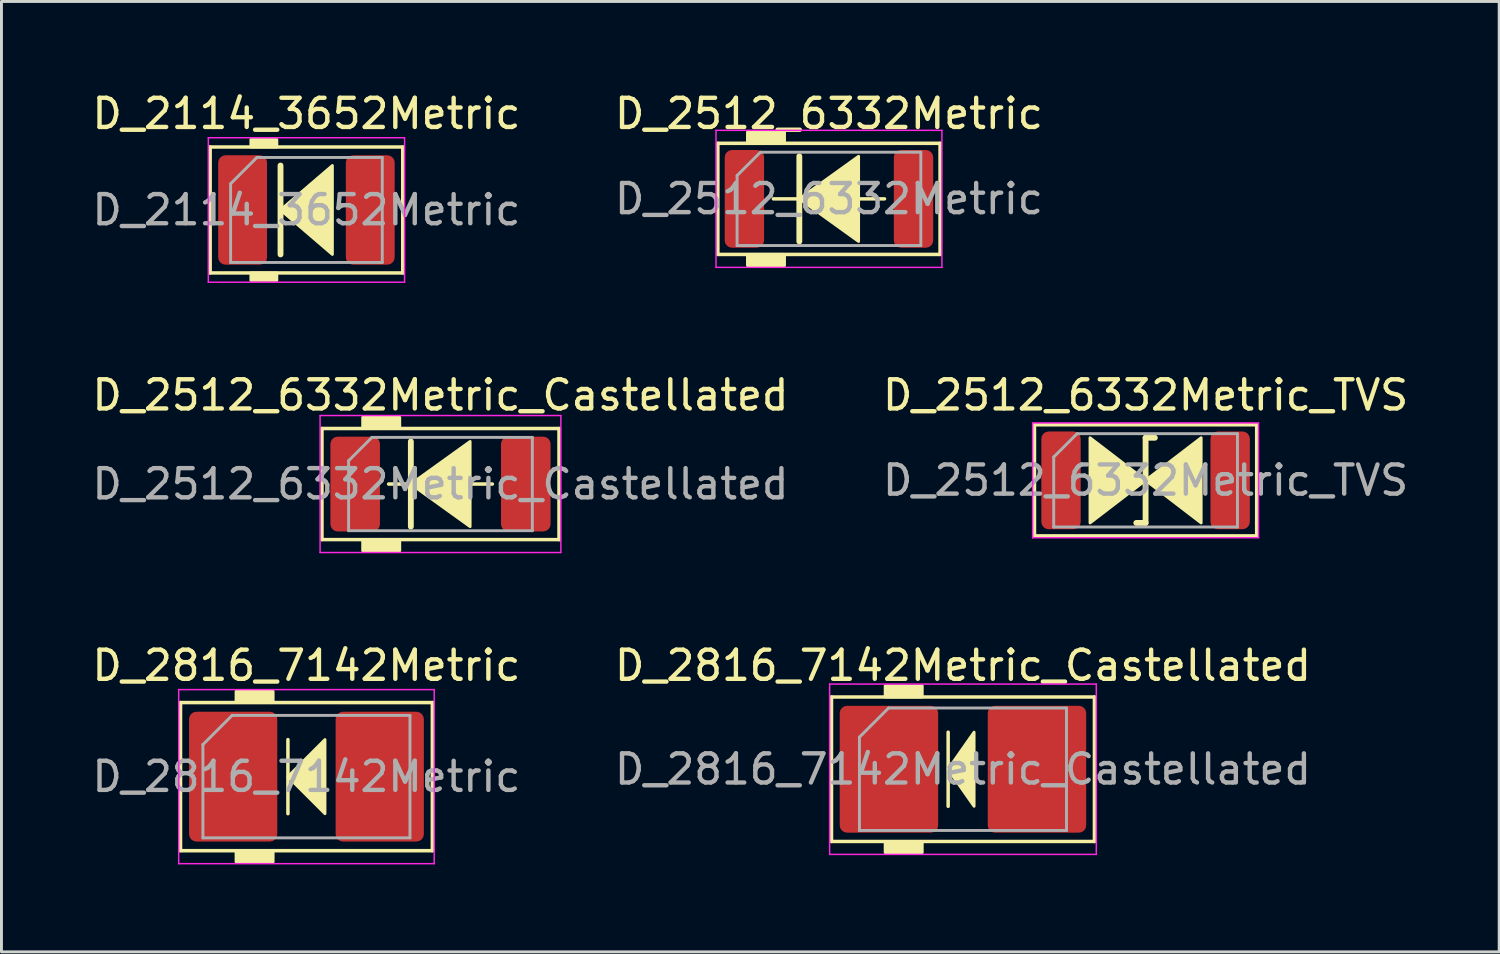
<source format=kicad_pcb>
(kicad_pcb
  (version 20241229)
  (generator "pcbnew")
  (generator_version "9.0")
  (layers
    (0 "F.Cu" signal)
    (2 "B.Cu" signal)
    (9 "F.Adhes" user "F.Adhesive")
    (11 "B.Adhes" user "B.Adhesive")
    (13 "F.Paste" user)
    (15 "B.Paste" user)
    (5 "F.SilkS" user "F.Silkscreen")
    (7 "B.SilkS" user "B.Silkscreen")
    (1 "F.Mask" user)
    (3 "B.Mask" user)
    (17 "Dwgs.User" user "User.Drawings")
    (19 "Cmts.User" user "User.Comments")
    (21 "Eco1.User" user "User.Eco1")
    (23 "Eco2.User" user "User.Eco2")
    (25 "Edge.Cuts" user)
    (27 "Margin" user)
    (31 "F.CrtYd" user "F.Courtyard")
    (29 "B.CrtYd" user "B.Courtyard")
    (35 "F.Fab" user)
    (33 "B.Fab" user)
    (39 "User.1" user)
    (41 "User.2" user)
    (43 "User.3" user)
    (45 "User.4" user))
  (footprint "D_2816_7142Metric_Castellated"
    (layer "F.Cu")
    (at 29.97 23.327)
    (property "Reference" "D_2816_7142Metric_Castellated" (at 0 -3.556 0) (layer "F.SilkS") (effects (font (size 1 1) (thickness 0.15))))
    (attr smd)
    (fp_line (start -4.508 -2.477) (end 4.508 -2.477) (stroke (width 0.12) (type solid)) (layer "F.SilkS"))
    (fp_line (start -4.508 2.477) (end -4.508 -2.477) (stroke (width 0.12) (type solid)) (layer "F.SilkS"))
    (fp_line (start -0.508 -1.27) (end -0.508 1.27) (stroke (width 0.12) (type solid)) (layer "F.SilkS"))
    (fp_line (start 4.508 -2.477) (end 4.508 2.477) (stroke (width 0.12) (type solid)) (layer "F.SilkS"))
    (fp_line (start 4.508 2.477) (end -4.508 2.477) (stroke (width 0.12) (type solid)) (layer "F.SilkS"))
    (fp_poly (pts (xy 0.381 1.27) (xy -0.508 0) (xy 0.381 -1.27)) (stroke (width 0.1) (type solid)) (fill yes) (layer "F.SilkS"))
    (fp_poly (pts (xy -1.397 -2.477) (xy -2.667 -2.477) (xy -2.667 -2.857) (xy -1.397 -2.857)) (stroke (width 0.1) (type solid)) (fill yes) (layer "F.SilkS"))
    (fp_poly (pts (xy -1.397 2.857) (xy -2.667 2.857) (xy -2.667 2.477) (xy -1.397 2.477)) (stroke (width 0.1) (type solid)) (fill yes) (layer "F.SilkS"))
    (fp_line (start -4.572 -2.921) (end 4.572 -2.921) (stroke (width 0.05) (type solid)) (layer "F.CrtYd"))
    (fp_line (start -4.572 2.921) (end -4.572 -2.921) (stroke (width 0.05) (type solid)) (layer "F.CrtYd"))
    (fp_line (start 4.572 -2.921) (end 4.572 2.921) (stroke (width 0.05) (type solid)) (layer "F.CrtYd"))
    (fp_line (start 4.572 2.921) (end -4.572 2.921) (stroke (width 0.05) (type solid)) (layer "F.CrtYd"))
    (fp_line (start -3.55 -1.1) (end -3.55 2.1) (stroke (width 0.1) (type solid)) (layer "F.Fab"))
    (fp_line (start -3.55 2.1) (end 3.55 2.1) (stroke (width 0.1) (type solid)) (layer "F.Fab"))
    (fp_line (start -2.55 -2.1) (end -3.55 -1.1) (stroke (width 0.1) (type solid)) (layer "F.Fab"))
    (fp_line (start 3.55 -2.1) (end -2.55 -2.1) (stroke (width 0.1) (type solid)) (layer "F.Fab"))
    (fp_line (start 3.55 2.1) (end 3.55 -2.1) (stroke (width 0.1) (type solid)) (layer "F.Fab"))
    (fp_text user "${REFERENCE}" (at 0 0 0) (layer "F.Fab") (effects (font (size 1 1) (thickness 0.15))))
    (pad "1" smd roundrect (at -2.538 0) (size 3.375 4.35) (layers "F.Cu" "F.Mask" "F.Paste") (roundrect_rratio 0.074))
    (pad "2" smd roundrect (at 2.538 0) (size 3.375 4.35) (layers "F.Cu" "F.Mask" "F.Paste") (roundrect_rratio 0.074)))
  (footprint "D_2512_6332Metric_Castellated"
    (layer "F.Cu")
    (at 12.054 13.548)
    (property "Reference" "D_2512_6332Metric_Castellated" (at 0 -3.048 0) (layer "F.SilkS") (effects (font (size 1 1) (thickness 0.15))))
    (attr smd)
    (fp_line (start -4.064 -1.905) (end 4.064 -1.905) (stroke (width 0.12) (type solid)) (layer "F.SilkS"))
    (fp_line (start -4.064 1.905) (end -4.064 -1.905) (stroke (width 0.12) (type solid)) (layer "F.SilkS"))
    (fp_line (start -1.778 0) (end -1.016 0) (stroke (width 0.12) (type solid)) (layer "F.SilkS"))
    (fp_line (start -1.016 -1.46) (end -1.016 1.46) (stroke (width 0.2) (type solid)) (layer "F.SilkS"))
    (fp_line (start 1.016 0) (end 1.778 0) (stroke (width 0.12) (type solid)) (layer "F.SilkS"))
    (fp_line (start 4.064 -1.905) (end 4.064 1.905) (stroke (width 0.12) (type solid)) (layer "F.SilkS"))
    (fp_line (start 4.064 1.905) (end -4.064 1.905) (stroke (width 0.12) (type solid)) (layer "F.SilkS"))
    (fp_poly (pts (xy 1.016 1.46) (xy -1.016 0) (xy 1.016 -1.46)) (stroke (width 0.1) (type solid)) (fill yes) (layer "F.SilkS"))
    (fp_poly (pts (xy -1.397 -1.905) (xy -2.667 -1.905) (xy -2.667 -2.286) (xy -1.397 -2.286)) (stroke (width 0.1) (type solid)) (fill yes) (layer "F.SilkS"))
    (fp_poly (pts (xy -1.397 2.286) (xy -2.667 2.286) (xy -2.667 1.905) (xy -1.397 1.905)) (stroke (width 0.1) (type solid)) (fill yes) (layer "F.SilkS"))
    (fp_line (start -4.128 -2.349) (end 4.128 -2.349) (stroke (width 0.05) (type solid)) (layer "F.CrtYd"))
    (fp_line (start -4.128 2.349) (end -4.128 -2.349) (stroke (width 0.05) (type solid)) (layer "F.CrtYd"))
    (fp_line (start 4.128 -2.349) (end 4.128 2.349) (stroke (width 0.05) (type solid)) (layer "F.CrtYd"))
    (fp_line (start 4.128 2.349) (end -4.128 2.349) (stroke (width 0.05) (type solid)) (layer "F.CrtYd"))
    (fp_line (start -3.15 -0.8) (end -3.15 1.6) (stroke (width 0.1) (type solid)) (layer "F.Fab"))
    (fp_line (start -3.15 1.6) (end 3.15 1.6) (stroke (width 0.1) (type solid)) (layer "F.Fab"))
    (fp_line (start -2.35 -1.6) (end -3.15 -0.8) (stroke (width 0.1) (type solid)) (layer "F.Fab"))
    (fp_line (start 3.15 -1.6) (end -2.35 -1.6) (stroke (width 0.1) (type solid)) (layer "F.Fab"))
    (fp_line (start 3.15 1.6) (end 3.15 -1.6) (stroke (width 0.1) (type solid)) (layer "F.Fab"))
    (fp_text user "${REFERENCE}" (at 0 0 0) (layer "F.Fab") (effects (font (size 1 1) (thickness 0.15))))
    (pad "1" smd roundrect (at -2.925 0) (size 1.7 3.25) (layers "F.Cu" "F.Mask" "F.Paste") (roundrect_rratio 0.147))
    (pad "2" smd roundrect (at 2.925 0) (size 1.7 3.25) (layers "F.Cu" "F.Mask" "F.Paste") (roundrect_rratio 0.147)))
  (footprint "D_2114_3652Metric"
    (layer "F.Cu")
    (at 7.458 4.15)
    (property "Reference" "D_2114_3652Metric" (at 0 -3.302 0) (layer "F.SilkS") (effects (font (size 1 1) (thickness 0.15))))
    (attr smd)
    (fp_line (start -3.302 -2.159) (end -3.302 2.159) (stroke (width 0.12) (type solid)) (layer "F.SilkS"))
    (fp_line (start -3.302 2.159) (end 3.302 2.159) (stroke (width 0.12) (type solid)) (layer "F.SilkS"))
    (fp_line (start -0.889 -1.524) (end -0.889 1.524) (stroke (width 0.2) (type solid)) (layer "F.SilkS"))
    (fp_line (start 3.302 -2.159) (end -3.302 -2.159) (stroke (width 0.12) (type solid)) (layer "F.SilkS"))
    (fp_line (start 3.302 2.159) (end 3.302 -2.159) (stroke (width 0.12) (type solid)) (layer "F.SilkS"))
    (fp_poly (pts (xy 0.889 1.524) (xy -0.889 0) (xy 0.889 -1.524)) (stroke (width 0.1) (type solid)) (fill yes) (layer "F.SilkS"))
    (fp_poly (pts (xy -1.016 -2.159) (xy -1.905 -2.159) (xy -1.905 -2.413) (xy -1.016 -2.413)) (stroke (width 0.1) (type solid)) (fill yes) (layer "F.SilkS"))
    (fp_poly (pts (xy -1.016 2.413) (xy -1.905 2.413) (xy -1.905 2.159) (xy -1.016 2.159)) (stroke (width 0.1) (type solid)) (fill yes) (layer "F.SilkS"))
    (fp_line (start -3.365 -2.477) (end 3.365 -2.477) (stroke (width 0.05) (type solid)) (layer "F.CrtYd"))
    (fp_line (start -3.365 2.477) (end -3.365 -2.477) (stroke (width 0.05) (type solid)) (layer "F.CrtYd"))
    (fp_line (start 3.365 -2.477) (end 3.365 2.477) (stroke (width 0.05) (type solid)) (layer "F.CrtYd"))
    (fp_line (start 3.365 2.477) (end -3.365 2.477) (stroke (width 0.05) (type solid)) (layer "F.CrtYd"))
    (fp_line (start -2.6 -0.9) (end -2.6 1.8) (stroke (width 0.1) (type solid)) (layer "F.Fab"))
    (fp_line (start -2.6 1.8) (end 2.6 1.8) (stroke (width 0.1) (type solid)) (layer "F.Fab"))
    (fp_line (start -1.7 -1.8) (end -2.6 -0.9) (stroke (width 0.1) (type solid)) (layer "F.Fab"))
    (fp_line (start 2.6 -1.8) (end -1.7 -1.8) (stroke (width 0.1) (type solid)) (layer "F.Fab"))
    (fp_line (start 2.6 1.8) (end 2.6 -1.8) (stroke (width 0.1) (type solid)) (layer "F.Fab"))
    (fp_text user "${REFERENCE}" (at 0 0 0) (layer "F.Fab") (effects (font (size 1 1) (thickness 0.15))))
    (pad "1" smd roundrect (at -2.188 0) (size 1.675 3.75) (layers "F.Cu" "F.Mask" "F.Paste") (roundrect_rratio 0.149))
    (pad "2" smd roundrect (at 2.188 0) (size 1.675 3.75) (layers "F.Cu" "F.Mask" "F.Paste") (roundrect_rratio 0.149)))
  (footprint "D_2816_7142Metric"
    (layer "F.Cu")
    (at 7.458 23.581)
    (property "Reference" "D_2816_7142Metric" (at 0 -3.81 0) (layer "F.SilkS") (effects (font (size 1 1) (thickness 0.15))))
    (attr smd)
    (fp_line (start -4.318 -2.54) (end -4.318 2.54) (stroke (width 0.12) (type solid)) (layer "F.SilkS"))
    (fp_line (start -4.318 2.54) (end 4.318 2.54) (stroke (width 0.12) (type solid)) (layer "F.SilkS"))
    (fp_line (start -0.635 -1.27) (end -0.635 1.27) (stroke (width 0.12) (type solid)) (layer "F.SilkS"))
    (fp_line (start 4.318 -2.54) (end -4.318 -2.54) (stroke (width 0.12) (type solid)) (layer "F.SilkS"))
    (fp_line (start 4.318 2.54) (end 4.318 -2.54) (stroke (width 0.12) (type solid)) (layer "F.SilkS"))
    (fp_poly (pts (xy 0.635 1.27) (xy -0.635 0) (xy 0.635 -1.27)) (stroke (width 0.1) (type solid)) (fill yes) (layer "F.SilkS"))
    (fp_poly (pts (xy -1.143 -2.54) (xy -2.413 -2.54) (xy -2.413 -2.921) (xy -1.143 -2.921)) (stroke (width 0.1) (type solid)) (fill yes) (layer "F.SilkS"))
    (fp_poly (pts (xy -1.143 2.921) (xy -2.413 2.921) (xy -2.413 2.54) (xy -1.143 2.54)) (stroke (width 0.1) (type solid)) (fill yes) (layer "F.SilkS"))
    (fp_line (start -4.381 -2.985) (end 4.381 -2.985) (stroke (width 0.05) (type solid)) (layer "F.CrtYd"))
    (fp_line (start -4.381 2.985) (end -4.381 -2.985) (stroke (width 0.05) (type solid)) (layer "F.CrtYd"))
    (fp_line (start 4.381 -2.985) (end 4.381 2.985) (stroke (width 0.05) (type solid)) (layer "F.CrtYd"))
    (fp_line (start 4.381 2.985) (end -4.381 2.985) (stroke (width 0.05) (type solid)) (layer "F.CrtYd"))
    (fp_line (start -3.55 -1.1) (end -3.55 2.1) (stroke (width 0.1) (type solid)) (layer "F.Fab"))
    (fp_line (start -3.55 2.1) (end 3.55 2.1) (stroke (width 0.1) (type solid)) (layer "F.Fab"))
    (fp_line (start -2.55 -2.1) (end -3.55 -1.1) (stroke (width 0.1) (type solid)) (layer "F.Fab"))
    (fp_line (start 3.55 -2.1) (end -2.55 -2.1) (stroke (width 0.1) (type solid)) (layer "F.Fab"))
    (fp_line (start 3.55 2.1) (end 3.55 -2.1) (stroke (width 0.1) (type solid)) (layer "F.Fab"))
    (fp_text user "${REFERENCE}" (at 0 0 0) (layer "F.Fab") (effects (font (size 1 1) (thickness 0.15))))
    (pad "1" smd roundrect (at -2.513 0) (size 3.025 4.45) (layers "F.Cu" "F.Mask" "F.Paste") (roundrect_rratio 0.083))
    (pad "2" smd roundrect (at 2.513 0) (size 3.025 4.45) (layers "F.Cu" "F.Mask" "F.Paste") (roundrect_rratio 0.083)))
  (footprint "D_2512_6332Metric_TVS"
    (layer "F.Cu")
    (at 36.232 13.421)
    (property "Reference" "D_2512_6332Metric_TVS" (at 0 -2.921 0) (layer "F.SilkS") (effects (font (size 1 1) (thickness 0.15))))
    (attr smd)
    (fp_line (start -3.81 -1.905) (end -3.81 1.905) (stroke (width 0.12) (type solid)) (layer "F.SilkS"))
    (fp_line (start -3.81 1.905) (end 3.81 1.905) (stroke (width 0.12) (type solid)) (layer "F.SilkS"))
    (fp_line (start -0.318 1.46) (end 0 1.46) (stroke (width 0.2) (type solid)) (layer "F.SilkS"))
    (fp_line (start 0 -1.46) (end 0 1.46) (stroke (width 0.2) (type solid)) (layer "F.SilkS"))
    (fp_line (start 0 -1.46) (end 0.318 -1.46) (stroke (width 0.2) (type solid)) (layer "F.SilkS"))
    (fp_line (start 3.81 -1.905) (end -3.81 -1.905) (stroke (width 0.12) (type solid)) (layer "F.SilkS"))
    (fp_line (start 3.81 1.905) (end 3.81 -1.905) (stroke (width 0.12) (type solid)) (layer "F.SilkS"))
    (fp_poly (pts (xy -1.905 -1.46) (xy 0 0) (xy -1.905 1.46)) (stroke (width 0.1) (type solid)) (fill yes) (layer "F.SilkS"))
    (fp_poly (pts (xy 1.905 1.46) (xy 0 0) (xy 1.905 -1.46)) (stroke (width 0.1) (type solid)) (fill yes) (layer "F.SilkS"))
    (fp_line (start -3.873 -1.968) (end 3.873 -1.968) (stroke (width 0.05) (type solid)) (layer "F.CrtYd"))
    (fp_line (start -3.873 1.968) (end -3.873 -1.968) (stroke (width 0.05) (type solid)) (layer "F.CrtYd"))
    (fp_line (start 3.873 -1.968) (end 3.873 1.968) (stroke (width 0.05) (type solid)) (layer "F.CrtYd"))
    (fp_line (start 3.873 1.968) (end -3.873 1.968) (stroke (width 0.05) (type solid)) (layer "F.CrtYd"))
    (fp_line (start -3.15 -0.8) (end -3.15 1.6) (stroke (width 0.1) (type solid)) (layer "F.Fab"))
    (fp_line (start -3.15 1.6) (end 3.15 1.6) (stroke (width 0.1) (type solid)) (layer "F.Fab"))
    (fp_line (start -2.35 -1.6) (end -3.15 -0.8) (stroke (width 0.1) (type solid)) (layer "F.Fab"))
    (fp_line (start 3.15 -1.6) (end -2.35 -1.6) (stroke (width 0.1) (type solid)) (layer "F.Fab"))
    (fp_line (start 3.15 1.6) (end 3.15 -1.6) (stroke (width 0.1) (type solid)) (layer "F.Fab"))
    (fp_text user "${REFERENCE}" (at 0 0 0) (layer "F.Fab") (effects (font (size 1 1) (thickness 0.15))))
    (pad "1" smd roundrect (at -2.9 0) (size 1.35 3.35) (layers "F.Cu" "F.Mask" "F.Paste") (roundrect_rratio 0.185))
    (pad "2" smd roundrect (at 2.9 0) (size 1.35 3.35) (layers "F.Cu" "F.Mask" "F.Paste") (roundrect_rratio 0.185)))
  (footprint "D_2512_6332Metric"
    (layer "F.Cu")
    (at 25.375 3.769)
    (property "Reference" "D_2512_6332Metric" (at 0 -2.921 0) (layer "F.SilkS") (effects (font (size 1 1) (thickness 0.15))))
    (attr smd)
    (fp_line (start -3.81 -1.905) (end -3.81 1.905) (stroke (width 0.12) (type solid)) (layer "F.SilkS"))
    (fp_line (start -3.81 1.905) (end 3.81 1.905) (stroke (width 0.12) (type solid)) (layer "F.SilkS"))
    (fp_line (start -1.905 0) (end -1.016 0) (stroke (width 0.12) (type solid)) (layer "F.SilkS"))
    (fp_line (start -1.016 -1.46) (end -1.016 1.46) (stroke (width 0.2) (type solid)) (layer "F.SilkS"))
    (fp_line (start 1.016 0) (end 1.905 0) (stroke (width 0.12) (type solid)) (layer "F.SilkS"))
    (fp_line (start 3.81 -1.905) (end -3.81 -1.905) (stroke (width 0.12) (type solid)) (layer "F.SilkS"))
    (fp_line (start 3.81 1.905) (end 3.81 -1.905) (stroke (width 0.12) (type solid)) (layer "F.SilkS"))
    (fp_poly (pts (xy 1.016 1.46) (xy -1.016 0) (xy 1.016 -1.46)) (stroke (width 0.1) (type solid)) (fill yes) (layer "F.SilkS"))
    (fp_poly (pts (xy -1.524 -1.905) (xy -2.794 -1.905) (xy -2.794 -2.286) (xy -1.524 -2.286)) (stroke (width 0.1) (type solid)) (fill yes) (layer "F.SilkS"))
    (fp_poly (pts (xy -1.524 2.286) (xy -2.794 2.286) (xy -2.794 1.905) (xy -1.524 1.905)) (stroke (width 0.1) (type solid)) (fill yes) (layer "F.SilkS"))
    (fp_line (start -3.873 -2.349) (end 3.873 -2.349) (stroke (width 0.05) (type solid)) (layer "F.CrtYd"))
    (fp_line (start -3.873 2.349) (end -3.873 -2.349) (stroke (width 0.05) (type solid)) (layer "F.CrtYd"))
    (fp_line (start 3.873 -2.349) (end 3.873 2.349) (stroke (width 0.05) (type solid)) (layer "F.CrtYd"))
    (fp_line (start 3.873 2.349) (end -3.873 2.349) (stroke (width 0.05) (type solid)) (layer "F.CrtYd"))
    (fp_line (start -3.15 -0.8) (end -3.15 1.6) (stroke (width 0.1) (type solid)) (layer "F.Fab"))
    (fp_line (start -3.15 1.6) (end 3.15 1.6) (stroke (width 0.1) (type solid)) (layer "F.Fab"))
    (fp_line (start -2.35 -1.6) (end -3.15 -0.8) (stroke (width 0.1) (type solid)) (layer "F.Fab"))
    (fp_line (start 3.15 -1.6) (end -2.35 -1.6) (stroke (width 0.1) (type solid)) (layer "F.Fab"))
    (fp_line (start 3.15 1.6) (end 3.15 -1.6) (stroke (width 0.1) (type solid)) (layer "F.Fab"))
    (fp_text user "${REFERENCE}" (at 0 0 0) (layer "F.Fab") (effects (font (size 1 1) (thickness 0.15))))
    (pad "1" smd roundrect (at -2.9 0) (size 1.35 3.35) (layers "F.Cu" "F.Mask" "F.Paste") (roundrect_rratio 0.185))
    (pad "2" smd roundrect (at 2.9 0) (size 1.35 3.35) (layers "F.Cu" "F.Mask" "F.Paste") (roundrect_rratio 0.185)))
  (gr_rect
    (start -3 -3)
    (end 48.357 29.59)
    (stroke (width 0.1) (type default))
    (fill no)
    (layer "Edge.Cuts")))
</source>
